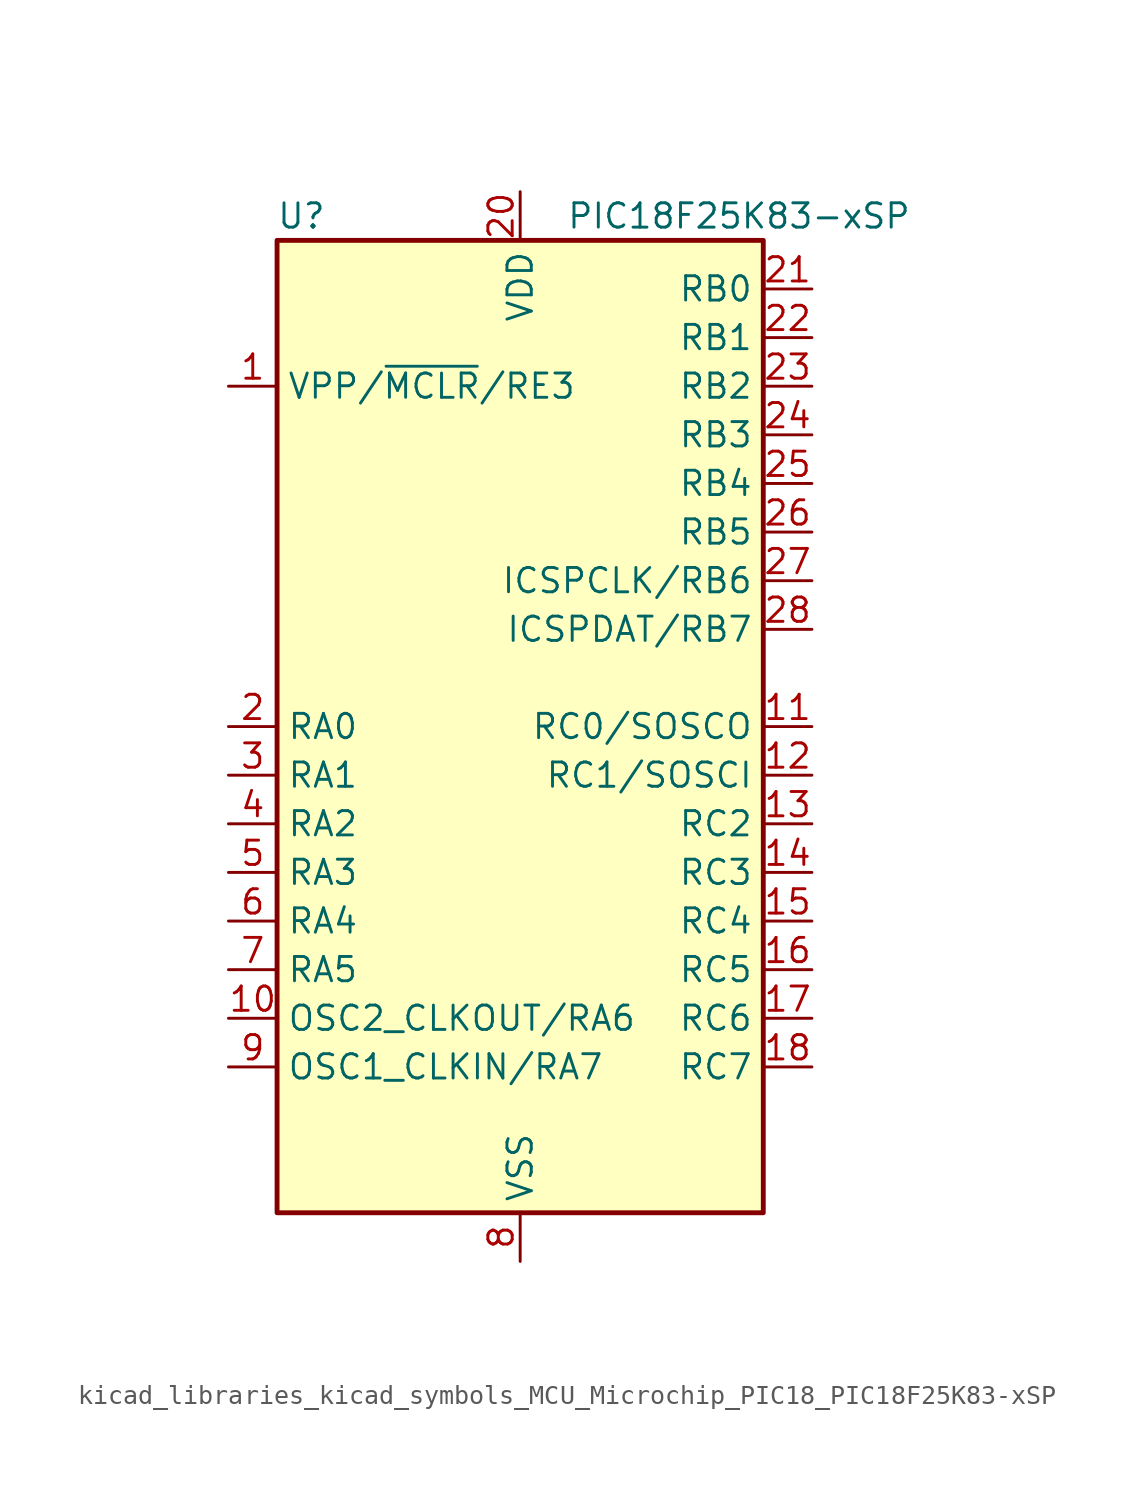
<source format=kicad_sym>
(kicad_symbol_lib
  (version 20220914)
  (generator kicad_symbol_editor)
  (symbol "kicad_libraries_kicad_symbols_MCU_Microchip_PIC18_PIC18F25K83-xSP"
    (property "Reference" "U"
      (at -11.43 26.67 0)
      (effects (font (size 1.27 1.27))))
    (property "Value" "PIC18F25K83-xSP"
      (at 11.43 26.67 0)
      (effects (font (size 1.27 1.27))))
    (symbol "kicad_libraries_kicad_symbols_MCU_Microchip_PIC18_PIC18F25K83-xSP_0_1"
      (rectangle (start -12.7 -25.4) (end 12.7 25.4) (stroke (width 0.254) (type default)) (fill (type background))))
    (symbol "kicad_libraries_kicad_symbols_MCU_Microchip_PIC18_PIC18F25K83-xSP_1_1"
      (pin input line (at -15.24 17.78 0) (length 2.54) (name "VPP/~{MCLR}/RE3" (effects (font (size 1.27 1.27)))) (number "1" (effects (font (size 1.27 1.27)))))
      (pin bidirectional line (at -15.24 -15.24 0) (length 2.54) (name "OSC2_CLKOUT/RA6" (effects (font (size 1.27 1.27)))) (number "10" (effects (font (size 1.27 1.27)))))
      (pin bidirectional line (at 15.24 0 180) (length 2.54) (name "RC0/SOSCO" (effects (font (size 1.27 1.27)))) (number "11" (effects (font (size 1.27 1.27)))))
      (pin bidirectional line (at 15.24 -2.54 180) (length 2.54) (name "RC1/SOSCI" (effects (font (size 1.27 1.27)))) (number "12" (effects (font (size 1.27 1.27)))))
      (pin bidirectional line (at 15.24 -5.08 180) (length 2.54) (name "RC2" (effects (font (size 1.27 1.27)))) (number "13" (effects (font (size 1.27 1.27)))))
      (pin bidirectional line (at 15.24 -7.62 180) (length 2.54) (name "RC3" (effects (font (size 1.27 1.27)))) (number "14" (effects (font (size 1.27 1.27)))))
      (pin bidirectional line (at 15.24 -10.16 180) (length 2.54) (name "RC4" (effects (font (size 1.27 1.27)))) (number "15" (effects (font (size 1.27 1.27)))))
      (pin bidirectional line (at 15.24 -12.7 180) (length 2.54) (name "RC5" (effects (font (size 1.27 1.27)))) (number "16" (effects (font (size 1.27 1.27)))))
      (pin bidirectional line (at 15.24 -15.24 180) (length 2.54) (name "RC6" (effects (font (size 1.27 1.27)))) (number "17" (effects (font (size 1.27 1.27)))))
      (pin bidirectional line (at 15.24 -17.78 180) (length 2.54) (name "RC7" (effects (font (size 1.27 1.27)))) (number "18" (effects (font (size 1.27 1.27)))))
      (pin passive line (at 0 -27.94 90) (length 2.54) hide (name "VSS" (effects (font (size 1.27 1.27)))) (number "19" (effects (font (size 1.27 1.27)))))
      (pin bidirectional line (at -15.24 0 0) (length 2.54) (name "RA0" (effects (font (size 1.27 1.27)))) (number "2" (effects (font (size 1.27 1.27)))))
      (pin power_in line (at 0 27.94 270) (length 2.54) (name "VDD" (effects (font (size 1.27 1.27)))) (number "20" (effects (font (size 1.27 1.27)))))
      (pin bidirectional line (at 15.24 22.86 180) (length 2.54) (name "RB0" (effects (font (size 1.27 1.27)))) (number "21" (effects (font (size 1.27 1.27)))))
      (pin bidirectional line (at 15.24 20.32 180) (length 2.54) (name "RB1" (effects (font (size 1.27 1.27)))) (number "22" (effects (font (size 1.27 1.27)))))
      (pin bidirectional line (at 15.24 17.78 180) (length 2.54) (name "RB2" (effects (font (size 1.27 1.27)))) (number "23" (effects (font (size 1.27 1.27)))))
      (pin bidirectional line (at 15.24 15.24 180) (length 2.54) (name "RB3" (effects (font (size 1.27 1.27)))) (number "24" (effects (font (size 1.27 1.27)))))
      (pin bidirectional line (at 15.24 12.7 180) (length 2.54) (name "RB4" (effects (font (size 1.27 1.27)))) (number "25" (effects (font (size 1.27 1.27)))))
      (pin bidirectional line (at 15.24 10.16 180) (length 2.54) (name "RB5" (effects (font (size 1.27 1.27)))) (number "26" (effects (font (size 1.27 1.27)))))
      (pin bidirectional line (at 15.24 7.62 180) (length 2.54) (name "ICSPCLK/RB6" (effects (font (size 1.27 1.27)))) (number "27" (effects (font (size 1.27 1.27)))))
      (pin bidirectional line (at 15.24 5.08 180) (length 2.54) (name "ICSPDAT/RB7" (effects (font (size 1.27 1.27)))) (number "28" (effects (font (size 1.27 1.27)))))
      (pin bidirectional line (at -15.24 -2.54 0) (length 2.54) (name "RA1" (effects (font (size 1.27 1.27)))) (number "3" (effects (font (size 1.27 1.27)))))
      (pin bidirectional line (at -15.24 -5.08 0) (length 2.54) (name "RA2" (effects (font (size 1.27 1.27)))) (number "4" (effects (font (size 1.27 1.27)))))
      (pin bidirectional line (at -15.24 -7.62 0) (length 2.54) (name "RA3" (effects (font (size 1.27 1.27)))) (number "5" (effects (font (size 1.27 1.27)))))
      (pin bidirectional line (at -15.24 -10.16 0) (length 2.54) (name "RA4" (effects (font (size 1.27 1.27)))) (number "6" (effects (font (size 1.27 1.27)))))
      (pin bidirectional line (at -15.24 -12.7 0) (length 2.54) (name "RA5" (effects (font (size 1.27 1.27)))) (number "7" (effects (font (size 1.27 1.27)))))
      (pin power_in line (at 0 -27.94 90) (length 2.54) (name "VSS" (effects (font (size 1.27 1.27)))) (number "8" (effects (font (size 1.27 1.27)))))
      (pin bidirectional line (at -15.24 -17.78 0) (length 2.54) (name "OSC1_CLKIN/RA7" (effects (font (size 1.27 1.27)))) (number "9" (effects (font (size 1.27 1.27))))))))
</source>
